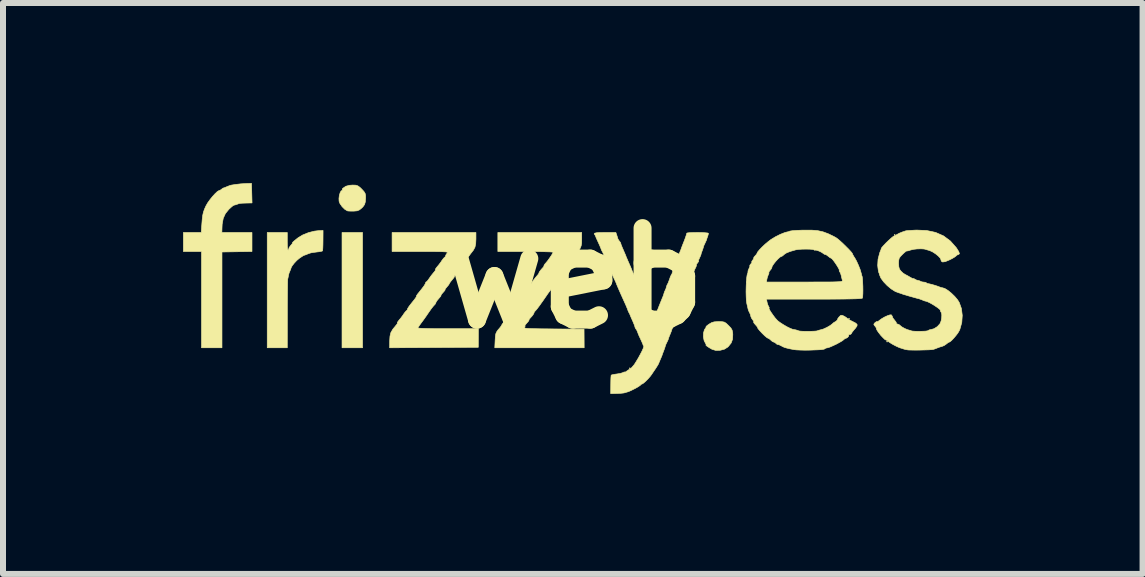
<source format=kicad_pcb>
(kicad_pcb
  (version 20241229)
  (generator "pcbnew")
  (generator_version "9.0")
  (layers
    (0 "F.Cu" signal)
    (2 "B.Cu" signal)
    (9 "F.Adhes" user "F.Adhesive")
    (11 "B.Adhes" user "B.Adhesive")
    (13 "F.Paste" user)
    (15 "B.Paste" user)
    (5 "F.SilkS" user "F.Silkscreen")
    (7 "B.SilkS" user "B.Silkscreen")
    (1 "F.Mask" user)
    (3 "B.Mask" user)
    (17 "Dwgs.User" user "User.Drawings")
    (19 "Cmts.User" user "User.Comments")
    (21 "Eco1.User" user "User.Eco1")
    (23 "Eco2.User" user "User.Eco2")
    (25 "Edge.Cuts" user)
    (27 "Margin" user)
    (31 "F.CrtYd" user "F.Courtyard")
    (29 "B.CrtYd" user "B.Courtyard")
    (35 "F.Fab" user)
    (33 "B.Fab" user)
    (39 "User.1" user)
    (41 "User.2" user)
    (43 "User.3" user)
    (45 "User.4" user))
  (footprint "web"
    (layer "F.Cu")
    (at 6.53 1.585)
    (property "Reference" "web" (at 0 0 0) (layer "F.SilkS") (effects (font (size 1.524 1.524) (thickness 0.3))))
    (attr through_hole)
    (fp_poly (pts (xy -3.54 1.159) (xy -3.882 1.159) (xy -3.882 -0.762) (xy -3.54 -0.762) (xy -3.54 1.159)) (stroke (width 0.01) (type solid)) (fill yes) (layer "F.SilkS"))
    (fp_poly (pts (xy 0.921 1.5) (xy 0.913 1.508) (xy 0.905 1.5) (xy 0.913 1.492) (xy 0.921 1.5)) (stroke (width 0.01) (type solid)) (fill yes) (layer "F.SilkS"))
    (fp_poly (pts (xy 4.572 0.675) (xy 4.564 0.683) (xy 4.556 0.675) (xy 4.564 0.667) (xy 4.572 0.675)) (stroke (width 0.01) (type solid)) (fill yes) (layer "F.SilkS"))
    (fp_poly (pts (xy 5.207 1.056) (xy 5.199 1.064) (xy 5.191 1.056) (xy 5.199 1.048) (xy 5.207 1.056)) (stroke (width 0.01) (type solid)) (fill yes) (layer "F.SilkS"))
    (fp_poly (pts (xy 5.334 -0.722) (xy 5.326 -0.714) (xy 5.318 -0.722) (xy 5.326 -0.73) (xy 5.334 -0.722)) (stroke (width 0.01) (type solid)) (fill yes) (layer "F.SilkS"))
    (fp_poly (pts (xy -3.654 -1.55) (xy -3.619 -1.539) (xy -3.585 -1.515) (xy -3.557 -1.488) (xy -3.518 -1.446) (xy -3.497 -1.413) (xy -3.489 -1.375) (xy -3.489 -1.333) (xy -3.494 -1.271) (xy -3.507 -1.227) (xy -3.534 -1.189) (xy -3.552 -1.171) (xy -3.591 -1.139) (xy -3.629 -1.123) (xy -3.684 -1.118) (xy -3.687 -1.118) (xy -3.74 -1.118) (xy -3.781 -1.12) (xy -3.794 -1.123) (xy -3.837 -1.149) (xy -3.881 -1.193) (xy -3.916 -1.243) (xy -3.931 -1.282) (xy -3.933 -1.328) (xy -3.927 -1.378) (xy -3.914 -1.423) (xy -3.898 -1.453) (xy -3.886 -1.46) (xy -3.876 -1.467) (xy -3.878 -1.47) (xy -3.877 -1.488) (xy -3.868 -1.498) (xy -3.819 -1.532) (xy -3.758 -1.548) (xy -3.704 -1.552) (xy -3.654 -1.55)) (stroke (width 0.01) (type solid)) (fill yes) (layer "F.SilkS"))
    (fp_poly (pts (xy 2.449 0.724) (xy 2.486 0.731) (xy 2.517 0.75) (xy 2.554 0.785) (xy 2.558 0.789) (xy 2.597 0.83) (xy 2.617 0.865) (xy 2.626 0.907) (xy 2.628 0.939) (xy 2.624 1.017) (xy 2.601 1.079) (xy 2.554 1.138) (xy 2.543 1.148) (xy 2.487 1.183) (xy 2.417 1.201) (xy 2.344 1.203) (xy 2.282 1.184) (xy 2.237 1.158) (xy 2.201 1.134) (xy 2.181 1.117) (xy 2.181 1.111) (xy 2.184 1.101) (xy 2.174 1.086) (xy 2.15 1.038) (xy 2.138 0.977) (xy 2.14 0.913) (xy 2.155 0.86) (xy 2.167 0.841) (xy 2.183 0.818) (xy 2.182 0.81) (xy 2.185 0.802) (xy 2.209 0.782) (xy 2.231 0.766) (xy 2.275 0.74) (xy 2.318 0.727) (xy 2.376 0.723) (xy 2.393 0.722) (xy 2.449 0.724)) (stroke (width 0.01) (type solid)) (fill yes) (layer "F.SilkS"))
    (fp_poly (pts (xy -5.381 -1.254) (xy -5.476 -1.252) (xy -5.54 -1.25) (xy -5.58 -1.247) (xy -5.604 -1.242) (xy -5.612 -1.238) (xy -5.633 -1.231) (xy -5.636 -1.23) (xy -5.658 -1.223) (xy -5.659 -1.222) (xy -5.681 -1.217) (xy -5.684 -1.216) (xy -5.703 -1.205) (xy -5.736 -1.177) (xy -5.768 -1.147) (xy -5.825 -1.077) (xy -5.861 -0.997) (xy -5.879 -0.899) (xy -5.881 -0.853) (xy -5.884 -0.762) (xy -5.382 -0.762) (xy -5.382 -0.445) (xy -5.632 -0.441) (xy -5.882 -0.437) (xy -5.882 1.159) (xy -6.223 1.159) (xy -6.223 -0.445) (xy -6.525 -0.445) (xy -6.525 -0.762) (xy -6.227 -0.762) (xy -6.218 -0.893) (xy -6.211 -0.981) (xy -6.203 -1.047) (xy -6.191 -1.1) (xy -6.174 -1.149) (xy -6.149 -1.205) (xy -6.148 -1.206) (xy -6.121 -1.254) (xy -6.083 -1.307) (xy -6.04 -1.361) (xy -5.996 -1.409) (xy -5.959 -1.444) (xy -5.932 -1.46) (xy -5.929 -1.46) (xy -5.904 -1.471) (xy -5.892 -1.48) (xy -5.869 -1.498) (xy -5.861 -1.502) (xy -5.84 -1.508) (xy -5.804 -1.523) (xy -5.802 -1.524) (xy -5.762 -1.54) (xy -5.731 -1.55) (xy -5.656 -1.562) (xy -5.569 -1.572) (xy -5.488 -1.577) (xy -5.469 -1.578) (xy -5.39 -1.58) (xy -5.381 -1.254)) (stroke (width 0.01) (type solid)) (fill yes) (layer "F.SilkS"))
    (fp_poly (pts (xy -4.199 -0.629) (xy -4.2 -0.56) (xy -4.202 -0.503) (xy -4.205 -0.466) (xy -4.207 -0.455) (xy -4.227 -0.448) (xy -4.267 -0.441) (xy -4.294 -0.438) (xy -4.356 -0.43) (xy -4.398 -0.423) (xy -4.433 -0.412) (xy -4.466 -0.399) (xy -4.499 -0.386) (xy -4.517 -0.381) (xy -4.532 -0.373) (xy -4.565 -0.351) (xy -4.596 -0.33) (xy -4.638 -0.294) (xy -4.679 -0.25) (xy -4.713 -0.206) (xy -4.732 -0.17) (xy -4.734 -0.159) (xy -4.741 -0.14) (xy -4.749 -0.122) (xy -4.765 -0.083) (xy -4.773 -0.05) (xy -4.781 -0.009) (xy -4.787 0.016) (xy -4.788 0.037) (xy -4.789 0.086) (xy -4.79 0.159) (xy -4.791 0.252) (xy -4.792 0.362) (xy -4.793 0.485) (xy -4.793 0.599) (xy -4.794 1.159) (xy -5.128 1.159) (xy -5.128 -0.762) (xy -4.794 -0.762) (xy -4.794 -0.61) (xy -4.793 -0.533) (xy -4.788 -0.486) (xy -4.781 -0.468) (xy -4.778 -0.468) (xy -4.768 -0.486) (xy -4.769 -0.49) (xy -4.764 -0.509) (xy -4.743 -0.538) (xy -4.737 -0.545) (xy -4.714 -0.572) (xy -4.706 -0.587) (xy -4.707 -0.587) (xy -4.707 -0.595) (xy -4.683 -0.618) (xy -4.634 -0.658) (xy -4.611 -0.676) (xy -4.536 -0.721) (xy -4.442 -0.759) (xy -4.344 -0.784) (xy -4.278 -0.792) (xy -4.198 -0.796) (xy -4.199 -0.629)) (stroke (width 0.01) (type solid)) (fill yes) (layer "F.SilkS"))
    (fp_poly (pts (xy -1.651 -0.651) (xy -1.655 -0.574) (xy -1.667 -0.517) (xy -1.693 -0.468) (xy -1.717 -0.437) (xy -1.741 -0.406) (xy -1.777 -0.357) (xy -1.82 -0.296) (xy -1.866 -0.231) (xy -1.909 -0.169) (xy -1.928 -0.141) (xy -1.958 -0.099) (xy -1.986 -0.064) (xy -1.992 -0.058) (xy -2.008 -0.038) (xy -2.008 -0.032) (xy -2.011 -0.021) (xy -2.03 0.005) (xy -2.046 0.024) (xy -2.075 0.06) (xy -2.093 0.086) (xy -2.095 0.092) (xy -2.105 0.11) (xy -2.13 0.14) (xy -2.136 0.147) (xy -2.159 0.175) (xy -2.166 0.19) (xy -2.165 0.191) (xy -2.167 0.2) (xy -2.187 0.225) (xy -2.199 0.238) (xy -2.224 0.267) (xy -2.234 0.284) (xy -2.233 0.286) (xy -2.235 0.296) (xy -2.255 0.321) (xy -2.269 0.337) (xy -2.299 0.373) (xy -2.316 0.4) (xy -2.318 0.407) (xy -2.329 0.431) (xy -2.343 0.446) (xy -2.364 0.469) (xy -2.396 0.51) (xy -2.432 0.561) (xy -2.439 0.571) (xy -2.481 0.633) (xy -2.526 0.696) (xy -2.563 0.746) (xy -2.593 0.787) (xy -2.613 0.818) (xy -2.618 0.829) (xy -2.603 0.832) (xy -2.56 0.835) (xy -2.493 0.837) (xy -2.405 0.839) (xy -2.301 0.841) (xy -2.184 0.841) (xy -2.115 0.841) (xy -1.61 0.841) (xy -1.611 0.996) (xy -1.612 1.151) (xy -2.35 1.155) (xy -3.089 1.159) (xy -3.088 1.044) (xy -3.083 0.966) (xy -3.068 0.905) (xy -3.036 0.85) (xy -2.987 0.79) (xy -2.964 0.762) (xy -2.959 0.747) (xy -2.961 0.746) (xy -2.96 0.736) (xy -2.942 0.711) (xy -2.935 0.702) (xy -2.9 0.66) (xy -2.863 0.61) (xy -2.857 0.599) (xy -2.831 0.564) (xy -2.811 0.542) (xy -2.806 0.54) (xy -2.795 0.527) (xy -2.794 0.522) (xy -2.787 0.502) (xy -2.764 0.467) (xy -2.723 0.414) (xy -2.677 0.357) (xy -2.653 0.324) (xy -2.642 0.304) (xy -2.643 0.302) (xy -2.641 0.291) (xy -2.623 0.264) (xy -2.609 0.247) (xy -2.553 0.177) (xy -2.516 0.128) (xy -2.497 0.096) (xy -2.492 0.081) (xy -2.484 0.064) (xy -2.48 0.063) (xy -2.465 0.051) (xy -2.441 0.021) (xy -2.43 0.004) (xy -2.395 -0.045) (xy -2.358 -0.091) (xy -2.351 -0.099) (xy -2.329 -0.127) (xy -2.324 -0.142) (xy -2.326 -0.143) (xy -2.325 -0.153) (xy -2.307 -0.178) (xy -2.3 -0.187) (xy -2.265 -0.229) (xy -2.228 -0.279) (xy -2.222 -0.29) (xy -2.196 -0.325) (xy -2.176 -0.347) (xy -2.171 -0.349) (xy -2.16 -0.362) (xy -2.159 -0.368) (xy -2.149 -0.393) (xy -2.133 -0.415) (xy -2.126 -0.424) (xy -2.126 -0.43) (xy -2.135 -0.435) (xy -2.156 -0.439) (xy -2.193 -0.441) (xy -2.249 -0.443) (xy -2.326 -0.444) (xy -2.429 -0.444) (xy -2.559 -0.445) (xy -3.048 -0.445) (xy -3.048 -0.762) (xy -1.651 -0.762) (xy -1.651 -0.651)) (stroke (width 0.01) (type solid)) (fill yes) (layer "F.SilkS"))
    (fp_poly (pts (xy 0.111 -0.649) (xy 0.11 -0.585) (xy 0.102 -0.54) (xy 0.086 -0.5) (xy 0.057 -0.453) (xy 0.023 -0.406) (xy -0.006 -0.367) (xy -0.023 -0.35) (xy -0.043 -0.325) (xy -0.048 -0.312) (xy -0.058 -0.29) (xy -0.083 -0.256) (xy -0.096 -0.242) (xy -0.123 -0.212) (xy -0.134 -0.193) (xy -0.133 -0.191) (xy -0.135 -0.181) (xy -0.155 -0.156) (xy -0.167 -0.143) (xy -0.192 -0.114) (xy -0.202 -0.097) (xy -0.201 -0.095) (xy -0.203 -0.085) (xy -0.222 -0.06) (xy -0.23 -0.052) (xy -0.256 -0.021) (xy -0.269 0.001) (xy -0.27 0.003) (xy -0.28 0.021) (xy -0.304 0.053) (xy -0.319 0.071) (xy -0.346 0.103) (xy -0.359 0.124) (xy -0.359 0.127) (xy -0.361 0.137) (xy -0.379 0.162) (xy -0.38 0.163) (xy -0.399 0.185) (xy -0.421 0.214) (xy -0.449 0.252) (xy -0.487 0.307) (xy -0.538 0.381) (xy -0.562 0.414) (xy -0.599 0.466) (xy -0.632 0.51) (xy -0.655 0.537) (xy -0.658 0.539) (xy -0.679 0.564) (xy -0.683 0.577) (xy -0.693 0.599) (xy -0.718 0.633) (xy -0.731 0.647) (xy -0.758 0.677) (xy -0.769 0.696) (xy -0.768 0.699) (xy -0.77 0.708) (xy -0.79 0.733) (xy -0.802 0.746) (xy -0.827 0.775) (xy -0.836 0.792) (xy -0.834 0.794) (xy -0.832 0.803) (xy -0.841 0.817) (xy -0.844 0.824) (xy -0.837 0.829) (xy -0.818 0.834) (xy -0.784 0.837) (xy -0.732 0.839) (xy -0.659 0.841) (xy -0.561 0.843) (xy -0.437 0.844) (xy -0.355 0.845) (xy 0.15 0.849) (xy 0.151 1.004) (xy 0.152 1.159) (xy -1.337 1.159) (xy -1.331 1.035) (xy -1.327 0.969) (xy -1.32 0.926) (xy -1.306 0.894) (xy -1.284 0.862) (xy -1.274 0.851) (xy -1.244 0.815) (xy -1.225 0.788) (xy -1.222 0.781) (xy -1.213 0.763) (xy -1.188 0.733) (xy -1.182 0.726) (xy -1.159 0.698) (xy -1.152 0.683) (xy -1.153 0.683) (xy -1.151 0.673) (xy -1.133 0.647) (xy -1.125 0.639) (xy -1.093 0.599) (xy -1.056 0.548) (xy -1.04 0.524) (xy -1.005 0.473) (xy -0.969 0.425) (xy -0.954 0.409) (xy -0.932 0.381) (xy -0.924 0.366) (xy -0.926 0.365) (xy -0.924 0.355) (xy -0.907 0.33) (xy -0.906 0.329) (xy -0.874 0.29) (xy -0.834 0.236) (xy -0.782 0.163) (xy -0.725 0.079) (xy -0.688 0.026) (xy -0.654 -0.017) (xy -0.631 -0.044) (xy -0.629 -0.046) (xy -0.608 -0.071) (xy -0.603 -0.085) (xy -0.593 -0.107) (xy -0.568 -0.14) (xy -0.555 -0.155) (xy -0.528 -0.185) (xy -0.517 -0.204) (xy -0.518 -0.206) (xy -0.516 -0.216) (xy -0.498 -0.242) (xy -0.49 -0.25) (xy -0.459 -0.287) (xy -0.426 -0.333) (xy -0.395 -0.378) (xy -0.373 -0.415) (xy -0.365 -0.433) (xy -0.38 -0.436) (xy -0.423 -0.439) (xy -0.49 -0.441) (xy -0.577 -0.443) (xy -0.68 -0.444) (xy -0.795 -0.444) (xy -0.826 -0.445) (xy -1.286 -0.445) (xy -1.286 -0.762) (xy 0.111 -0.762) (xy 0.111 -0.649)) (stroke (width 0.01) (type solid)) (fill yes) (layer "F.SilkS"))
    (fp_poly (pts (xy 5.858 -0.795) (xy 6.007 -0.763) (xy 6.139 -0.705) (xy 6.253 -0.62) (xy 6.351 -0.509) (xy 6.358 -0.499) (xy 6.392 -0.444) (xy 6.404 -0.41) (xy 6.393 -0.397) (xy 6.391 -0.397) (xy 6.364 -0.386) (xy 6.35 -0.373) (xy 6.326 -0.354) (xy 6.283 -0.328) (xy 6.233 -0.303) (xy 6.167 -0.276) (xy 6.123 -0.27) (xy 6.101 -0.285) (xy 6.096 -0.308) (xy 6.083 -0.336) (xy 6.05 -0.371) (xy 6.004 -0.408) (xy 5.954 -0.44) (xy 5.907 -0.461) (xy 5.889 -0.466) (xy 5.857 -0.475) (xy 5.85 -0.478) (xy 5.815 -0.487) (xy 5.761 -0.49) (xy 5.697 -0.488) (xy 5.636 -0.481) (xy 5.592 -0.47) (xy 5.552 -0.457) (xy 5.528 -0.453) (xy 5.524 -0.454) (xy 5.514 -0.449) (xy 5.487 -0.427) (xy 5.457 -0.399) (xy 5.419 -0.36) (xy 5.399 -0.329) (xy 5.392 -0.292) (xy 5.39 -0.248) (xy 5.394 -0.19) (xy 5.405 -0.151) (xy 5.43 -0.118) (xy 5.465 -0.085) (xy 5.499 -0.063) (xy 5.501 -0.062) (xy 5.536 -0.044) (xy 5.579 -0.019) (xy 5.584 -0.016) (xy 5.617 0.002) (xy 5.635 0.007) (xy 5.636 0.006) (xy 5.645 0.006) (xy 5.657 0.014) (xy 5.69 0.031) (xy 5.712 0.036) (xy 5.744 0.045) (xy 5.757 0.053) (xy 5.78 0.061) (xy 5.802 0.064) (xy 5.835 0.068) (xy 5.849 0.075) (xy 5.869 0.087) (xy 5.871 0.088) (xy 5.899 0.093) (xy 5.945 0.104) (xy 5.997 0.119) (xy 6.042 0.134) (xy 6.068 0.144) (xy 6.104 0.157) (xy 6.12 0.159) (xy 6.16 0.171) (xy 6.212 0.203) (xy 6.269 0.249) (xy 6.325 0.303) (xy 6.373 0.36) (xy 6.401 0.405) (xy 6.437 0.505) (xy 6.451 0.619) (xy 6.443 0.737) (xy 6.412 0.849) (xy 6.402 0.872) (xy 6.38 0.91) (xy 6.347 0.954) (xy 6.309 0.999) (xy 6.273 1.037) (xy 6.245 1.06) (xy 6.235 1.064) (xy 6.215 1.073) (xy 6.189 1.094) (xy 6.15 1.121) (xy 6.119 1.134) (xy 6.075 1.147) (xy 6.037 1.161) (xy 5.997 1.177) (xy 5.969 1.186) (xy 5.942 1.19) (xy 5.89 1.193) (xy 5.824 1.195) (xy 5.75 1.197) (xy 5.676 1.198) (xy 5.611 1.197) (xy 5.563 1.196) (xy 5.548 1.195) (xy 5.506 1.188) (xy 5.477 1.18) (xy 5.442 1.168) (xy 5.432 1.166) (xy 5.398 1.154) (xy 5.35 1.132) (xy 5.298 1.105) (xy 5.253 1.078) (xy 5.225 1.058) (xy 5.223 1.055) (xy 5.197 1.035) (xy 5.184 1.032) (xy 5.162 1.021) (xy 5.131 0.991) (xy 5.094 0.952) (xy 5.06 0.909) (xy 5.033 0.87) (xy 5.02 0.843) (xy 5.02 0.835) (xy 5.014 0.82) (xy 4.997 0.798) (xy 4.978 0.774) (xy 4.983 0.756) (xy 5 0.738) (xy 5.023 0.722) (xy 5.032 0.723) (xy 5.042 0.723) (xy 5.067 0.706) (xy 5.068 0.704) (xy 5.108 0.675) (xy 5.156 0.647) (xy 5.206 0.624) (xy 5.246 0.611) (xy 5.269 0.61) (xy 5.285 0.633) (xy 5.286 0.64) (xy 5.296 0.664) (xy 5.321 0.696) (xy 5.325 0.701) (xy 5.348 0.731) (xy 5.355 0.75) (xy 5.354 0.752) (xy 5.358 0.761) (xy 5.369 0.762) (xy 5.399 0.773) (xy 5.414 0.786) (xy 5.443 0.81) (xy 5.489 0.836) (xy 5.535 0.856) (xy 5.559 0.863) (xy 5.59 0.872) (xy 5.596 0.875) (xy 5.621 0.881) (xy 5.667 0.884) (xy 5.723 0.885) (xy 5.782 0.884) (xy 5.835 0.882) (xy 5.871 0.877) (xy 5.882 0.872) (xy 5.904 0.86) (xy 5.926 0.856) (xy 5.981 0.841) (xy 6.036 0.806) (xy 6.079 0.759) (xy 6.082 0.753) (xy 6.099 0.711) (xy 6.108 0.66) (xy 6.11 0.611) (xy 6.104 0.575) (xy 6.096 0.563) (xy 6.086 0.545) (xy 6.088 0.54) (xy 6.081 0.524) (xy 6.052 0.499) (xy 6.009 0.469) (xy 5.959 0.437) (xy 5.909 0.409) (xy 5.866 0.389) (xy 5.837 0.381) (xy 5.837 0.381) (xy 5.817 0.376) (xy 5.784 0.362) (xy 5.749 0.349) (xy 5.731 0.342) (xy 5.7 0.335) (xy 5.654 0.322) (xy 5.603 0.308) (xy 5.561 0.296) (xy 5.54 0.29) (xy 5.505 0.279) (xy 5.495 0.277) (xy 5.463 0.267) (xy 5.448 0.261) (xy 5.41 0.248) (xy 5.396 0.244) (xy 5.335 0.221) (xy 5.267 0.178) (xy 5.2 0.122) (xy 5.14 0.059) (xy 5.095 -0.003) (xy 5.072 -0.059) (xy 5.072 -0.06) (xy 5.066 -0.083) (xy 5.064 -0.087) (xy 5.058 -0.101) (xy 5.051 -0.137) (xy 5.045 -0.184) (xy 5.042 -0.214) (xy 5.048 -0.317) (xy 5.076 -0.424) (xy 5.082 -0.439) (xy 5.096 -0.474) (xy 5.102 -0.496) (xy 5.114 -0.516) (xy 5.144 -0.549) (xy 5.183 -0.59) (xy 5.227 -0.632) (xy 5.268 -0.669) (xy 5.299 -0.694) (xy 5.309 -0.7) (xy 5.347 -0.719) (xy 5.366 -0.73) (xy 5.401 -0.749) (xy 5.452 -0.77) (xy 5.502 -0.787) (xy 5.509 -0.789) (xy 5.534 -0.793) (xy 5.583 -0.796) (xy 5.647 -0.8) (xy 5.691 -0.802) (xy 5.858 -0.795)) (stroke (width 0.01) (type solid)) (fill yes) (layer "F.SilkS"))
    (fp_poly (pts (xy 3.94 -0.801) (xy 4.041 -0.793) (xy 4.131 -0.773) (xy 4.22 -0.74) (xy 4.318 -0.692) (xy 4.35 -0.674) (xy 4.376 -0.655) (xy 4.416 -0.621) (xy 4.464 -0.577) (xy 4.513 -0.529) (xy 4.559 -0.483) (xy 4.595 -0.444) (xy 4.616 -0.418) (xy 4.62 -0.411) (xy 4.628 -0.391) (xy 4.648 -0.356) (xy 4.659 -0.341) (xy 4.689 -0.287) (xy 4.721 -0.217) (xy 4.75 -0.144) (xy 4.768 -0.082) (xy 4.77 -0.074) (xy 4.776 -0.047) (xy 4.779 -0.04) (xy 4.784 -0.025) (xy 4.789 0.014) (xy 4.792 0.069) (xy 4.795 0.134) (xy 4.796 0.2) (xy 4.795 0.259) (xy 4.792 0.306) (xy 4.788 0.331) (xy 4.787 0.332) (xy 4.773 0.336) (xy 4.736 0.34) (xy 4.675 0.343) (xy 4.588 0.345) (xy 4.474 0.347) (xy 4.332 0.348) (xy 4.161 0.349) (xy 3.983 0.349) (xy 3.19 0.349) (xy 3.199 0.4) (xy 3.211 0.442) (xy 3.225 0.472) (xy 3.236 0.489) (xy 3.233 0.492) (xy 3.231 0.503) (xy 3.244 0.533) (xy 3.27 0.574) (xy 3.302 0.62) (xy 3.337 0.666) (xy 3.372 0.704) (xy 3.377 0.709) (xy 3.415 0.738) (xy 3.469 0.773) (xy 3.529 0.808) (xy 3.584 0.835) (xy 3.625 0.851) (xy 3.627 0.851) (xy 3.655 0.857) (xy 3.675 0.86) (xy 3.71 0.87) (xy 3.723 0.876) (xy 3.746 0.881) (xy 3.792 0.884) (xy 3.851 0.885) (xy 3.915 0.885) (xy 3.974 0.883) (xy 4.019 0.88) (xy 4.04 0.875) (xy 4.069 0.865) (xy 4.086 0.861) (xy 4.136 0.847) (xy 4.197 0.819) (xy 4.252 0.787) (xy 4.282 0.764) (xy 4.309 0.74) (xy 4.326 0.73) (xy 4.326 0.73) (xy 4.344 0.72) (xy 4.36 0.706) (xy 4.375 0.688) (xy 4.375 0.683) (xy 4.378 0.672) (xy 4.396 0.648) (xy 4.399 0.645) (xy 4.424 0.62) (xy 4.447 0.617) (xy 4.478 0.63) (xy 4.512 0.65) (xy 4.532 0.666) (xy 4.532 0.667) (xy 4.55 0.681) (xy 4.588 0.703) (xy 4.628 0.723) (xy 4.676 0.748) (xy 4.699 0.77) (xy 4.698 0.794) (xy 4.674 0.83) (xy 4.644 0.864) (xy 4.618 0.897) (xy 4.604 0.92) (xy 4.604 0.923) (xy 4.591 0.935) (xy 4.577 0.937) (xy 4.56 0.941) (xy 4.561 0.946) (xy 4.559 0.963) (xy 4.542 0.985) (xy 4.519 0.999) (xy 4.512 1) (xy 4.49 1.011) (xy 4.477 1.023) (xy 4.453 1.042) (xy 4.409 1.068) (xy 4.354 1.098) (xy 4.296 1.125) (xy 4.246 1.147) (xy 4.211 1.158) (xy 4.205 1.159) (xy 4.177 1.165) (xy 4.169 1.17) (xy 4.157 1.179) (xy 4.135 1.185) (xy 4.098 1.19) (xy 4.043 1.193) (xy 3.964 1.196) (xy 3.913 1.198) (xy 3.831 1.199) (xy 3.752 1.197) (xy 3.688 1.194) (xy 3.651 1.19) (xy 3.578 1.176) (xy 3.528 1.164) (xy 3.492 1.154) (xy 3.462 1.141) (xy 3.438 1.128) (xy 3.402 1.11) (xy 3.38 1.104) (xy 3.377 1.105) (xy 3.363 1.1) (xy 3.35 1.088) (xy 3.324 1.068) (xy 3.31 1.064) (xy 3.286 1.053) (xy 3.262 1.032) (xy 3.234 1.008) (xy 3.215 1) (xy 3.196 0.989) (xy 3.162 0.961) (xy 3.12 0.92) (xy 3.113 0.913) (xy 3.075 0.872) (xy 3.05 0.841) (xy 3.041 0.826) (xy 3.042 0.826) (xy 3.04 0.816) (xy 3.02 0.791) (xy 3.008 0.778) (xy 2.983 0.749) (xy 2.974 0.732) (xy 2.976 0.73) (xy 2.978 0.72) (xy 2.966 0.702) (xy 2.94 0.665) (xy 2.926 0.629) (xy 2.926 0.619) (xy 2.92 0.601) (xy 2.907 0.574) (xy 2.889 0.536) (xy 2.882 0.511) (xy 2.875 0.479) (xy 2.864 0.432) (xy 2.861 0.419) (xy 2.854 0.371) (xy 2.851 0.304) (xy 2.849 0.223) (xy 2.851 0.139) (xy 2.854 0.064) (xy 3.189 0.064) (xy 3.826 0.064) (xy 3.985 0.063) (xy 4.115 0.063) (xy 4.218 0.063) (xy 4.299 0.062) (xy 4.359 0.06) (xy 4.402 0.058) (xy 4.43 0.055) (xy 4.446 0.051) (xy 4.454 0.045) (xy 4.455 0.039) (xy 4.453 0.032) (xy 4.442 -0.009) (xy 4.435 -0.043) (xy 4.423 -0.083) (xy 4.41 -0.107) (xy 4.4 -0.124) (xy 4.402 -0.127) (xy 4.403 -0.138) (xy 4.389 -0.168) (xy 4.365 -0.208) (xy 4.336 -0.252) (xy 4.307 -0.292) (xy 4.282 -0.322) (xy 4.267 -0.333) (xy 4.247 -0.343) (xy 4.218 -0.366) (xy 4.216 -0.367) (xy 4.188 -0.388) (xy 4.171 -0.395) (xy 4.17 -0.395) (xy 4.154 -0.399) (xy 4.133 -0.414) (xy 4.105 -0.433) (xy 4.068 -0.451) (xy 4.031 -0.464) (xy 4.006 -0.469) (xy 4 -0.466) (xy 3.991 -0.466) (xy 3.98 -0.473) (xy 3.956 -0.48) (xy 3.909 -0.484) (xy 3.849 -0.485) (xy 3.784 -0.484) (xy 3.725 -0.48) (xy 3.678 -0.473) (xy 3.674 -0.472) (xy 3.584 -0.446) (xy 3.523 -0.422) (xy 3.486 -0.398) (xy 3.482 -0.394) (xy 3.457 -0.372) (xy 3.443 -0.365) (xy 3.417 -0.353) (xy 3.382 -0.322) (xy 3.344 -0.281) (xy 3.309 -0.237) (xy 3.284 -0.198) (xy 3.277 -0.172) (xy 3.268 -0.154) (xy 3.248 -0.129) (xy 3.23 -0.105) (xy 3.229 -0.095) (xy 3.231 -0.084) (xy 3.221 -0.061) (xy 3.205 -0.019) (xy 3.196 0.018) (xy 3.189 0.064) (xy 2.854 0.064) (xy 2.854 0.059) (xy 2.86 -0.009) (xy 2.867 -0.056) (xy 2.871 -0.067) (xy 2.881 -0.098) (xy 2.881 -0.111) (xy 2.881 -0.111) (xy 2.882 -0.123) (xy 2.894 -0.153) (xy 2.897 -0.159) (xy 2.911 -0.19) (xy 2.912 -0.206) (xy 2.911 -0.206) (xy 2.912 -0.216) (xy 2.929 -0.238) (xy 2.946 -0.261) (xy 2.945 -0.27) (xy 2.944 -0.28) (xy 2.958 -0.299) (xy 2.975 -0.324) (xy 2.976 -0.336) (xy 2.981 -0.351) (xy 3 -0.373) (xy 3.024 -0.399) (xy 3.032 -0.416) (xy 3.043 -0.438) (xy 3.074 -0.475) (xy 3.116 -0.519) (xy 3.166 -0.566) (xy 3.217 -0.609) (xy 3.263 -0.644) (xy 3.263 -0.644) (xy 3.34 -0.691) (xy 3.418 -0.73) (xy 3.488 -0.758) (xy 3.526 -0.769) (xy 3.555 -0.775) (xy 3.564 -0.778) (xy 3.579 -0.785) (xy 3.625 -0.792) (xy 3.697 -0.797) (xy 3.795 -0.801) (xy 3.818 -0.801) (xy 3.94 -0.801)) (stroke (width 0.01) (type solid)) (fill yes) (layer "F.SilkS"))
    (fp_poly (pts (xy 0.695 -0.718) (xy 0.707 -0.681) (xy 0.713 -0.659) (xy 0.726 -0.635) (xy 0.738 -0.619) (xy 0.756 -0.596) (xy 0.76 -0.587) (xy 0.766 -0.564) (xy 0.784 -0.518) (xy 0.812 -0.454) (xy 0.819 -0.437) (xy 0.837 -0.396) (xy 0.848 -0.369) (xy 0.849 -0.365) (xy 0.856 -0.347) (xy 0.872 -0.311) (xy 0.879 -0.294) (xy 0.913 -0.217) (xy 0.935 -0.166) (xy 0.944 -0.143) (xy 0.944 -0.143) (xy 0.951 -0.125) (xy 0.967 -0.089) (xy 0.975 -0.071) (xy 1.009 0.007) (xy 1.031 0.058) (xy 1.039 0.079) (xy 1.047 0.097) (xy 1.063 0.134) (xy 1.074 0.159) (xy 1.104 0.227) (xy 1.12 0.27) (xy 1.123 0.291) (xy 1.123 0.292) (xy 1.13 0.307) (xy 1.149 0.332) (xy 1.167 0.355) (xy 1.167 0.365) (xy 1.166 0.375) (xy 1.179 0.393) (xy 1.199 0.419) (xy 1.206 0.432) (xy 1.216 0.468) (xy 1.241 0.529) (xy 1.26 0.572) (xy 1.279 0.615) (xy 1.291 0.646) (xy 1.293 0.654) (xy 1.301 0.674) (xy 1.315 0.669) (xy 1.333 0.645) (xy 1.35 0.607) (xy 1.359 0.574) (xy 1.369 0.541) (xy 1.375 0.527) (xy 1.386 0.5) (xy 1.389 0.492) (xy 1.397 0.471) (xy 1.412 0.434) (xy 1.428 0.394) (xy 1.44 0.365) (xy 1.45 0.34) (xy 1.453 0.333) (xy 1.461 0.314) (xy 1.467 0.299) (xy 1.479 0.264) (xy 1.482 0.251) (xy 1.493 0.22) (xy 1.5 0.206) (xy 1.516 0.17) (xy 1.52 0.152) (xy 1.531 0.117) (xy 1.538 0.104) (xy 1.551 0.079) (xy 1.567 0.037) (xy 1.572 0.024) (xy 1.587 -0.02) (xy 1.601 -0.051) (xy 1.604 -0.056) (xy 1.616 -0.076) (xy 1.617 -0.079) (xy 1.618 -0.088) (xy 1.624 -0.105) (xy 1.635 -0.136) (xy 1.654 -0.187) (xy 1.67 -0.23) (xy 1.688 -0.281) (xy 1.702 -0.318) (xy 1.707 -0.333) (xy 1.714 -0.353) (xy 1.728 -0.389) (xy 1.745 -0.432) (xy 1.757 -0.46) (xy 1.767 -0.486) (xy 1.769 -0.492) (xy 1.775 -0.51) (xy 1.79 -0.549) (xy 1.811 -0.603) (xy 1.818 -0.619) (xy 1.839 -0.676) (xy 1.854 -0.721) (xy 1.861 -0.747) (xy 1.861 -0.75) (xy 1.874 -0.755) (xy 1.913 -0.759) (xy 1.972 -0.761) (xy 2.04 -0.762) (xy 2.114 -0.761) (xy 2.173 -0.757) (xy 2.211 -0.753) (xy 2.223 -0.747) (xy 2.217 -0.722) (xy 2.209 -0.696) (xy 2.197 -0.663) (xy 2.193 -0.647) (xy 2.185 -0.626) (xy 2.168 -0.59) (xy 2.167 -0.587) (xy 2.15 -0.552) (xy 2.141 -0.529) (xy 2.141 -0.528) (xy 2.135 -0.505) (xy 2.125 -0.476) (xy 2.109 -0.433) (xy 2.101 -0.409) (xy 2.098 -0.395) (xy 2.098 -0.393) (xy 2.09 -0.372) (xy 2.073 -0.336) (xy 2.072 -0.333) (xy 2.058 -0.302) (xy 2.057 -0.286) (xy 2.058 -0.286) (xy 2.057 -0.276) (xy 2.04 -0.254) (xy 2.023 -0.231) (xy 2.022 -0.222) (xy 2.023 -0.21) (xy 2.011 -0.18) (xy 2.008 -0.175) (xy 1.992 -0.142) (xy 1.985 -0.124) (xy 1.985 -0.123) (xy 1.981 -0.107) (xy 1.969 -0.073) (xy 1.954 -0.031) (xy 1.942 0) (xy 1.932 0.025) (xy 1.93 0.032) (xy 1.921 0.051) (xy 1.919 0.056) (xy 1.909 0.079) (xy 1.894 0.121) (xy 1.881 0.159) (xy 1.864 0.209) (xy 1.85 0.248) (xy 1.844 0.262) (xy 1.833 0.283) (xy 1.832 0.286) (xy 1.826 0.305) (xy 1.813 0.339) (xy 1.812 0.341) (xy 1.794 0.388) (xy 1.785 0.413) (xy 1.784 0.427) (xy 1.784 0.43) (xy 1.777 0.449) (xy 1.768 0.462) (xy 1.754 0.489) (xy 1.735 0.535) (xy 1.722 0.572) (xy 1.705 0.622) (xy 1.69 0.66) (xy 1.683 0.675) (xy 1.671 0.699) (xy 1.655 0.74) (xy 1.651 0.754) (xy 1.636 0.798) (xy 1.624 0.829) (xy 1.622 0.833) (xy 1.61 0.862) (xy 1.609 0.865) (xy 1.602 0.889) (xy 1.586 0.928) (xy 1.581 0.941) (xy 1.565 0.98) (xy 1.556 1.005) (xy 1.556 1.008) (xy 1.55 1.026) (xy 1.534 1.06) (xy 1.532 1.064) (xy 1.515 1.099) (xy 1.506 1.122) (xy 1.506 1.123) (xy 1.499 1.147) (xy 1.485 1.188) (xy 1.468 1.233) (xy 1.466 1.238) (xy 1.454 1.269) (xy 1.452 1.278) (xy 1.443 1.301) (xy 1.426 1.341) (xy 1.419 1.357) (xy 1.402 1.398) (xy 1.391 1.424) (xy 1.389 1.429) (xy 1.38 1.445) (xy 1.359 1.479) (xy 1.341 1.507) (xy 1.311 1.551) (xy 1.286 1.588) (xy 1.278 1.601) (xy 1.25 1.638) (xy 1.213 1.68) (xy 1.173 1.72) (xy 1.139 1.749) (xy 1.118 1.762) (xy 1.117 1.762) (xy 1.097 1.77) (xy 1.095 1.776) (xy 1.082 1.788) (xy 1.049 1.81) (xy 1.003 1.836) (xy 0.953 1.861) (xy 0.908 1.882) (xy 0.876 1.894) (xy 0.872 1.895) (xy 0.84 1.904) (xy 0.833 1.907) (xy 0.811 1.912) (xy 0.765 1.917) (xy 0.708 1.92) (xy 0.706 1.92) (xy 0.594 1.923) (xy 0.595 1.772) (xy 0.596 1.706) (xy 0.598 1.653) (xy 0.601 1.621) (xy 0.603 1.614) (xy 0.622 1.608) (xy 0.663 1.6) (xy 0.699 1.595) (xy 0.751 1.587) (xy 0.791 1.575) (xy 0.806 1.568) (xy 0.823 1.56) (xy 0.826 1.564) (xy 0.835 1.565) (xy 0.851 1.554) (xy 0.887 1.529) (xy 0.91 1.517) (xy 0.939 1.494) (xy 0.973 1.455) (xy 0.988 1.437) (xy 1.02 1.386) (xy 1.055 1.328) (xy 1.088 1.267) (xy 1.117 1.211) (xy 1.137 1.166) (xy 1.145 1.139) (xy 1.145 1.134) (xy 1.134 1.114) (xy 1.134 1.114) (xy 1.128 1.095) (xy 1.111 1.056) (xy 1.089 1.008) (xy 1.065 0.957) (xy 1.048 0.915) (xy 1.041 0.895) (xy 1.029 0.867) (xy 1.021 0.855) (xy 1.004 0.83) (xy 1.001 0.822) (xy 0.99 0.784) (xy 0.964 0.721) (xy 0.947 0.683) (xy 0.928 0.64) (xy 0.916 0.61) (xy 0.913 0.603) (xy 0.905 0.585) (xy 0.897 0.572) (xy 0.883 0.542) (xy 0.88 0.532) (xy 0.872 0.509) (xy 0.855 0.469) (xy 0.845 0.445) (xy 0.797 0.339) (xy 0.756 0.248) (xy 0.724 0.175) (xy 0.702 0.123) (xy 0.691 0.097) (xy 0.691 0.095) (xy 0.684 0.078) (xy 0.667 0.04) (xy 0.644 -0.008) (xy 0.621 -0.059) (xy 0.604 -0.099) (xy 0.597 -0.119) (xy 0.587 -0.145) (xy 0.579 -0.159) (xy 0.566 -0.183) (xy 0.563 -0.191) (xy 0.556 -0.209) (xy 0.541 -0.245) (xy 0.533 -0.262) (xy 0.501 -0.335) (xy 0.481 -0.382) (xy 0.471 -0.408) (xy 0.469 -0.413) (xy 0.461 -0.431) (xy 0.453 -0.445) (xy 0.438 -0.474) (xy 0.435 -0.484) (xy 0.427 -0.506) (xy 0.41 -0.547) (xy 0.388 -0.595) (xy 0.365 -0.645) (xy 0.348 -0.684) (xy 0.342 -0.701) (xy 0.332 -0.721) (xy 0.329 -0.724) (xy 0.319 -0.739) (xy 0.327 -0.75) (xy 0.356 -0.757) (xy 0.41 -0.761) (xy 0.493 -0.762) (xy 0.499 -0.762) (xy 0.68 -0.762) (xy 0.695 -0.718)) (stroke (width 0.01) (type solid)) (fill yes) (layer "F.SilkS")))
  (gr_rect
    (start -3 -3)
    (end 15.985 6.512)
    (stroke (width 0.1) (type default))
    (fill no)
    (layer "Edge.Cuts")))
</source>
